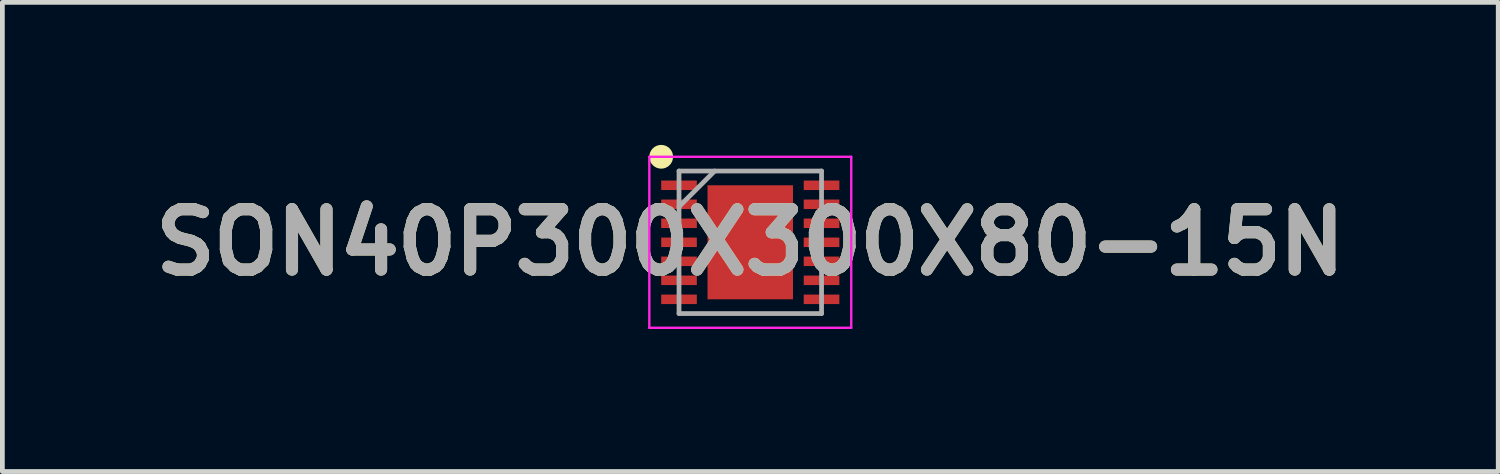
<source format=kicad_pcb>
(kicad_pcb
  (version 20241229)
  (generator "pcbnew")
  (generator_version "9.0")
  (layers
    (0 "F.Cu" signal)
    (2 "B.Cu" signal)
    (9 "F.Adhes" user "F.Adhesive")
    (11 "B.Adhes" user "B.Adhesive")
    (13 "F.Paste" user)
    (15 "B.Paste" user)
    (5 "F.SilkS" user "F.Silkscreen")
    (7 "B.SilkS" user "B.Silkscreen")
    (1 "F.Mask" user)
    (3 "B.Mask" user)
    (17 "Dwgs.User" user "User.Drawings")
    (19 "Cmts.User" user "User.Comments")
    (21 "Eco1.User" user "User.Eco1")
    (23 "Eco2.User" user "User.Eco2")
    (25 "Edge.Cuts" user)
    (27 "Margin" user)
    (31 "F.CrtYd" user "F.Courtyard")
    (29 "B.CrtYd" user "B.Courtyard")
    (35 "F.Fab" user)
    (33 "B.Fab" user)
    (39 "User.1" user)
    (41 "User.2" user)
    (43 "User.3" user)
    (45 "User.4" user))
  (footprint "SON40P300X300X80-15N"
    (layer "F.Cu")
    (at 12.742 2.05)
    (property "Reference" "SON40P300X300X80-15N" (at 0 0 0) (layer "F.SilkS") (effects (font (size 1.27 1.27) (thickness 0.254))))
    (attr smd)
    (fp_circle (center -1.875 -1.8) (end -1.875 -1.675) (stroke (width 0.25) (type solid)) (fill no) (layer "F.SilkS"))
    (fp_line (start -2.125 -1.8) (end 2.125 -1.8) (stroke (width 0.05) (type solid)) (layer "F.CrtYd"))
    (fp_line (start -2.125 1.8) (end -2.125 -1.8) (stroke (width 0.05) (type solid)) (layer "F.CrtYd"))
    (fp_line (start 2.125 -1.8) (end 2.125 1.8) (stroke (width 0.05) (type solid)) (layer "F.CrtYd"))
    (fp_line (start 2.125 1.8) (end -2.125 1.8) (stroke (width 0.05) (type solid)) (layer "F.CrtYd"))
    (fp_line (start -1.5 -1.5) (end 1.5 -1.5) (stroke (width 0.1) (type solid)) (layer "F.Fab"))
    (fp_line (start -1.5 -0.75) (end -0.75 -1.5) (stroke (width 0.1) (type solid)) (layer "F.Fab"))
    (fp_line (start -1.5 1.5) (end -1.5 -1.5) (stroke (width 0.1) (type solid)) (layer "F.Fab"))
    (fp_line (start 1.5 -1.5) (end 1.5 1.5) (stroke (width 0.1) (type solid)) (layer "F.Fab"))
    (fp_line (start 1.5 1.5) (end -1.5 1.5) (stroke (width 0.1) (type solid)) (layer "F.Fab"))
    (fp_text user "${REFERENCE}" (at 0 0 0) (layer "F.Fab") (effects (font (size 1.27 1.27) (thickness 0.254))))
    (pad "1" smd rect (at -1.5 -1.2 90) (size 0.2 0.75) (layers "F.Cu" "F.Mask" "F.Paste"))
    (pad "2" smd rect (at -1.5 -0.8 90) (size 0.2 0.75) (layers "F.Cu" "F.Mask" "F.Paste"))
    (pad "3" smd rect (at -1.5 -0.4 90) (size 0.2 0.75) (layers "F.Cu" "F.Mask" "F.Paste"))
    (pad "4" smd rect (at -1.5 0 90) (size 0.2 0.75) (layers "F.Cu" "F.Mask" "F.Paste"))
    (pad "5" smd rect (at -1.5 0.4 90) (size 0.2 0.75) (layers "F.Cu" "F.Mask" "F.Paste"))
    (pad "6" smd rect (at -1.5 0.8 90) (size 0.2 0.75) (layers "F.Cu" "F.Mask" "F.Paste"))
    (pad "7" smd rect (at -1.5 1.2 90) (size 0.2 0.75) (layers "F.Cu" "F.Mask" "F.Paste"))
    (pad "8" smd rect (at 1.5 1.2 90) (size 0.2 0.75) (layers "F.Cu" "F.Mask" "F.Paste"))
    (pad "9" smd rect (at 1.5 0.8 90) (size 0.2 0.75) (layers "F.Cu" "F.Mask" "F.Paste"))
    (pad "10" smd rect (at 1.5 0.4 90) (size 0.2 0.75) (layers "F.Cu" "F.Mask" "F.Paste"))
    (pad "11" smd rect (at 1.5 0 90) (size 0.2 0.75) (layers "F.Cu" "F.Mask" "F.Paste"))
    (pad "12" smd rect (at 1.5 -0.4 90) (size 0.2 0.75) (layers "F.Cu" "F.Mask" "F.Paste"))
    (pad "13" smd rect (at 1.5 -0.8 90) (size 0.2 0.75) (layers "F.Cu" "F.Mask" "F.Paste"))
    (pad "14" smd rect (at 1.5 -1.2 90) (size 0.2 0.75) (layers "F.Cu" "F.Mask" "F.Paste"))
    (pad "15" smd rect (at 0 0) (size 1.8 2.4) (layers "F.Cu" "F.Mask" "F.Paste")))
  (gr_rect
    (start -3 -3)
    (end 28.485 6.875)
    (stroke (width 0.1) (type default))
    (fill no)
    (layer "Edge.Cuts")))
</source>
